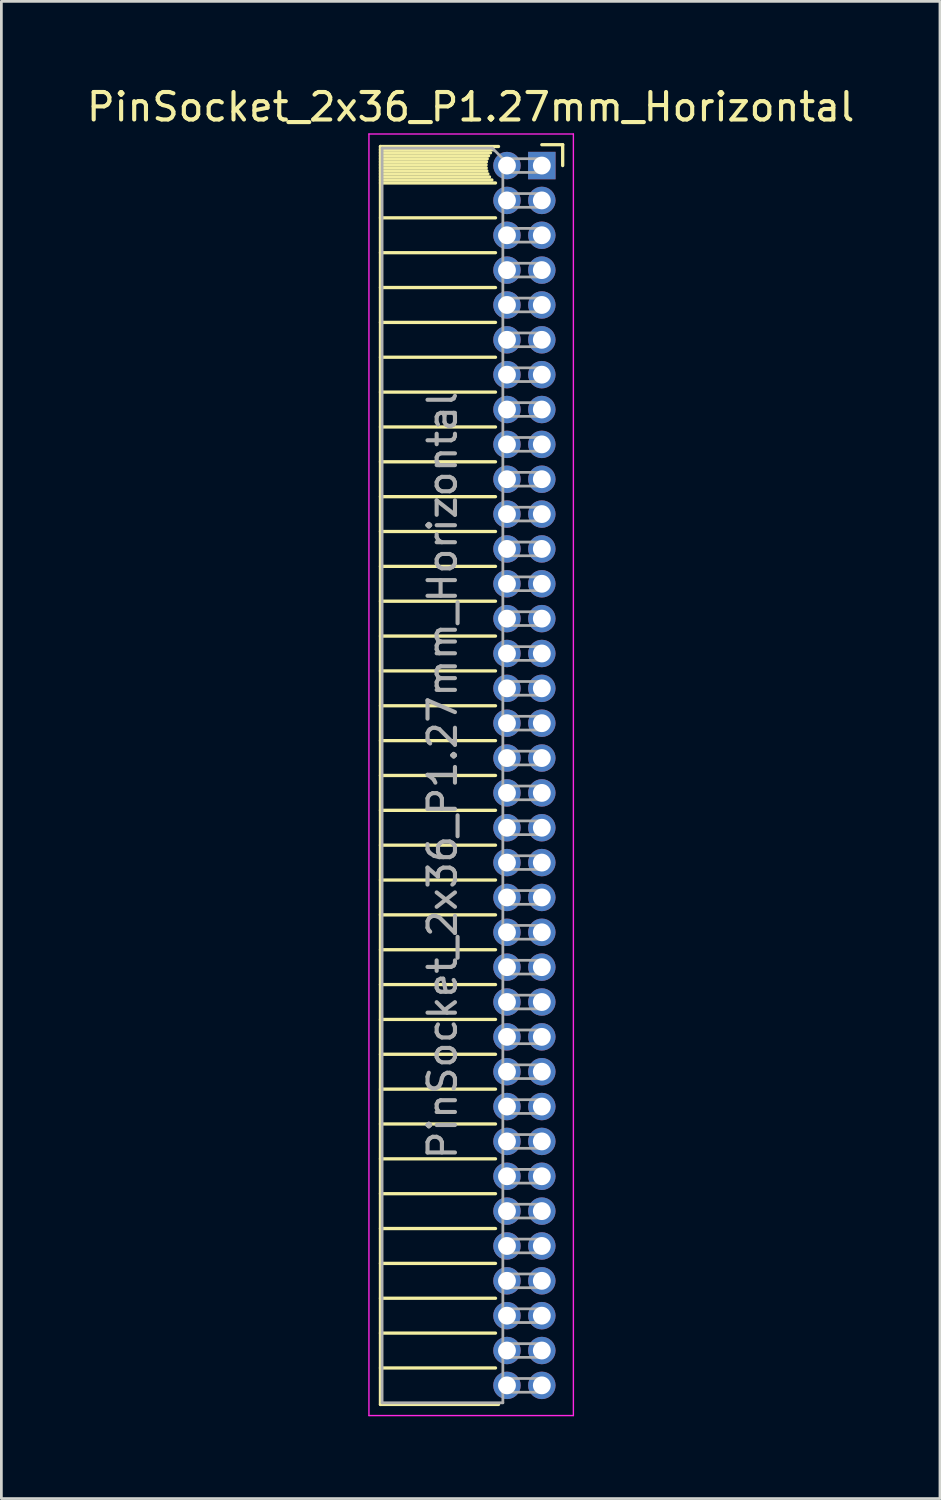
<source format=kicad_pcb>
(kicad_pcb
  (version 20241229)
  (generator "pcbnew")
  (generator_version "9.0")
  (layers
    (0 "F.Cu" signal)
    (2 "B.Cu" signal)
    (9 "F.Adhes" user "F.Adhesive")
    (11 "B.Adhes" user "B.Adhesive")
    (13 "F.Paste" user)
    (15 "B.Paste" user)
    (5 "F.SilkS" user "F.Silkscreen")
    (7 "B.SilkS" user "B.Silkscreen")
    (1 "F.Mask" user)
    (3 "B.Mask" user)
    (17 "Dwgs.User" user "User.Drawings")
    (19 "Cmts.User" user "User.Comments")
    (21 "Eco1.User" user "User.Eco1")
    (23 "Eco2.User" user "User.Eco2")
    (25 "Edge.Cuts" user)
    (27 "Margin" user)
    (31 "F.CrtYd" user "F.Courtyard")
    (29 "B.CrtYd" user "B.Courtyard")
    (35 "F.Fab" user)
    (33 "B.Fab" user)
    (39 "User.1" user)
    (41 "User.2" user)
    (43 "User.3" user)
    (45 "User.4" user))
  (footprint "PinSocket_2x36_P1.27mm_Horizontal"
    (layer "F.Cu")
    (at 16.694 2.983)
    (property "Reference" "PinSocket_2x36_P1.27mm_Horizontal" (at -2.592 -2.135 0) (layer "F.SilkS") (effects (font (size 1 1) (thickness 0.15))))
    (attr through_hole)
    (fp_line (start -5.88 -0.695) (end -5.88 45.145) (stroke (width 0.12) (type solid)) (layer "F.SilkS"))
    (fp_line (start -5.88 -0.695) (end -1.578 -0.695) (stroke (width 0.12) (type solid)) (layer "F.SilkS"))
    (fp_line (start -5.88 -0.575) (end -1.767 -0.575) (stroke (width 0.12) (type solid)) (layer "F.SilkS"))
    (fp_line (start -5.88 -0.465) (end -1.871 -0.465) (stroke (width 0.12) (type solid)) (layer "F.SilkS"))
    (fp_line (start -5.88 -0.355) (end -1.942 -0.355) (stroke (width 0.12) (type solid)) (layer "F.SilkS"))
    (fp_line (start -5.88 -0.245) (end -1.989 -0.245) (stroke (width 0.12) (type solid)) (layer "F.SilkS"))
    (fp_line (start -5.88 -0.135) (end -2.018 -0.135) (stroke (width 0.12) (type solid)) (layer "F.SilkS"))
    (fp_line (start -5.88 -0.025) (end -2.03 -0.025) (stroke (width 0.12) (type solid)) (layer "F.SilkS"))
    (fp_line (start -5.88 0.085) (end -2.025 0.085) (stroke (width 0.12) (type solid)) (layer "F.SilkS"))
    (fp_line (start -5.88 0.195) (end -2.005 0.195) (stroke (width 0.12) (type solid)) (layer "F.SilkS"))
    (fp_line (start -5.88 0.305) (end -1.966 0.305) (stroke (width 0.12) (type solid)) (layer "F.SilkS"))
    (fp_line (start -5.88 0.415) (end -1.907 0.415) (stroke (width 0.12) (type solid)) (layer "F.SilkS"))
    (fp_line (start -5.88 0.525) (end -1.82 0.525) (stroke (width 0.12) (type solid)) (layer "F.SilkS"))
    (fp_line (start -5.88 0.635) (end -1.688 0.635) (stroke (width 0.12) (type solid)) (layer "F.SilkS"))
    (fp_line (start -5.88 1.905) (end -1.688 1.905) (stroke (width 0.12) (type solid)) (layer "F.SilkS"))
    (fp_line (start -5.88 3.175) (end -1.688 3.175) (stroke (width 0.12) (type solid)) (layer "F.SilkS"))
    (fp_line (start -5.88 4.445) (end -1.688 4.445) (stroke (width 0.12) (type solid)) (layer "F.SilkS"))
    (fp_line (start -5.88 5.715) (end -1.688 5.715) (stroke (width 0.12) (type solid)) (layer "F.SilkS"))
    (fp_line (start -5.88 6.985) (end -1.688 6.985) (stroke (width 0.12) (type solid)) (layer "F.SilkS"))
    (fp_line (start -5.88 8.255) (end -1.688 8.255) (stroke (width 0.12) (type solid)) (layer "F.SilkS"))
    (fp_line (start -5.88 9.525) (end -1.688 9.525) (stroke (width 0.12) (type solid)) (layer "F.SilkS"))
    (fp_line (start -5.88 10.795) (end -1.688 10.795) (stroke (width 0.12) (type solid)) (layer "F.SilkS"))
    (fp_line (start -5.88 12.065) (end -1.688 12.065) (stroke (width 0.12) (type solid)) (layer "F.SilkS"))
    (fp_line (start -5.88 13.335) (end -1.688 13.335) (stroke (width 0.12) (type solid)) (layer "F.SilkS"))
    (fp_line (start -5.88 14.605) (end -1.688 14.605) (stroke (width 0.12) (type solid)) (layer "F.SilkS"))
    (fp_line (start -5.88 15.875) (end -1.688 15.875) (stroke (width 0.12) (type solid)) (layer "F.SilkS"))
    (fp_line (start -5.88 17.145) (end -1.688 17.145) (stroke (width 0.12) (type solid)) (layer "F.SilkS"))
    (fp_line (start -5.88 18.415) (end -1.688 18.415) (stroke (width 0.12) (type solid)) (layer "F.SilkS"))
    (fp_line (start -5.88 19.685) (end -1.688 19.685) (stroke (width 0.12) (type solid)) (layer "F.SilkS"))
    (fp_line (start -5.88 20.955) (end -1.688 20.955) (stroke (width 0.12) (type solid)) (layer "F.SilkS"))
    (fp_line (start -5.88 22.225) (end -1.688 22.225) (stroke (width 0.12) (type solid)) (layer "F.SilkS"))
    (fp_line (start -5.88 23.495) (end -1.688 23.495) (stroke (width 0.12) (type solid)) (layer "F.SilkS"))
    (fp_line (start -5.88 24.765) (end -1.688 24.765) (stroke (width 0.12) (type solid)) (layer "F.SilkS"))
    (fp_line (start -5.88 26.035) (end -1.688 26.035) (stroke (width 0.12) (type solid)) (layer "F.SilkS"))
    (fp_line (start -5.88 27.305) (end -1.688 27.305) (stroke (width 0.12) (type solid)) (layer "F.SilkS"))
    (fp_line (start -5.88 28.575) (end -1.688 28.575) (stroke (width 0.12) (type solid)) (layer "F.SilkS"))
    (fp_line (start -5.88 29.845) (end -1.688 29.845) (stroke (width 0.12) (type solid)) (layer "F.SilkS"))
    (fp_line (start -5.88 31.115) (end -1.688 31.115) (stroke (width 0.12) (type solid)) (layer "F.SilkS"))
    (fp_line (start -5.88 32.385) (end -1.688 32.385) (stroke (width 0.12) (type solid)) (layer "F.SilkS"))
    (fp_line (start -5.88 33.655) (end -1.688 33.655) (stroke (width 0.12) (type solid)) (layer "F.SilkS"))
    (fp_line (start -5.88 34.925) (end -1.688 34.925) (stroke (width 0.12) (type solid)) (layer "F.SilkS"))
    (fp_line (start -5.88 36.195) (end -1.688 36.195) (stroke (width 0.12) (type solid)) (layer "F.SilkS"))
    (fp_line (start -5.88 37.465) (end -1.688 37.465) (stroke (width 0.12) (type solid)) (layer "F.SilkS"))
    (fp_line (start -5.88 38.735) (end -1.688 38.735) (stroke (width 0.12) (type solid)) (layer "F.SilkS"))
    (fp_line (start -5.88 40.005) (end -1.688 40.005) (stroke (width 0.12) (type solid)) (layer "F.SilkS"))
    (fp_line (start -5.88 41.275) (end -1.688 41.275) (stroke (width 0.12) (type solid)) (layer "F.SilkS"))
    (fp_line (start -5.88 42.545) (end -1.688 42.545) (stroke (width 0.12) (type solid)) (layer "F.SilkS"))
    (fp_line (start -5.88 43.815) (end -1.688 43.815) (stroke (width 0.12) (type solid)) (layer "F.SilkS"))
    (fp_line (start -5.88 45.145) (end -1.578 45.145) (stroke (width 0.12) (type solid)) (layer "F.SilkS"))
    (fp_line (start 0 -0.76) (end 0.76 -0.76) (stroke (width 0.12) (type solid)) (layer "F.SilkS"))
    (fp_line (start 0.76 -0.76) (end 0.76 0) (stroke (width 0.12) (type solid)) (layer "F.SilkS"))
    (fp_line (start -6.3 -1.15) (end -6.3 45.55) (stroke (width 0.05) (type solid)) (layer "F.CrtYd"))
    (fp_line (start -6.3 45.55) (end 1.15 45.55) (stroke (width 0.05) (type solid)) (layer "F.CrtYd"))
    (fp_line (start 1.15 -1.15) (end -6.3 -1.15) (stroke (width 0.05) (type solid)) (layer "F.CrtYd"))
    (fp_line (start 1.15 45.55) (end 1.15 -1.15) (stroke (width 0.05) (type solid)) (layer "F.CrtYd"))
    (fp_line (start -5.82 -0.635) (end -1.805 -0.635) (stroke (width 0.1) (type solid)) (layer "F.Fab"))
    (fp_line (start -5.82 45.085) (end -5.82 -0.635) (stroke (width 0.1) (type solid)) (layer "F.Fab"))
    (fp_line (start -1.805 -0.635) (end -1.42 -0.25) (stroke (width 0.1) (type solid)) (layer "F.Fab"))
    (fp_line (start -1.42 -0.25) (end -1.42 45.085) (stroke (width 0.1) (type solid)) (layer "F.Fab"))
    (fp_line (start -1.42 0.25) (end 0 0.25) (stroke (width 0.1) (type solid)) (layer "F.Fab"))
    (fp_line (start -1.42 1.52) (end 0 1.52) (stroke (width 0.1) (type solid)) (layer "F.Fab"))
    (fp_line (start -1.42 2.79) (end 0 2.79) (stroke (width 0.1) (type solid)) (layer "F.Fab"))
    (fp_line (start -1.42 4.06) (end 0 4.06) (stroke (width 0.1) (type solid)) (layer "F.Fab"))
    (fp_line (start -1.42 5.33) (end 0 5.33) (stroke (width 0.1) (type solid)) (layer "F.Fab"))
    (fp_line (start -1.42 6.6) (end 0 6.6) (stroke (width 0.1) (type solid)) (layer "F.Fab"))
    (fp_line (start -1.42 7.87) (end 0 7.87) (stroke (width 0.1) (type solid)) (layer "F.Fab"))
    (fp_line (start -1.42 9.14) (end 0 9.14) (stroke (width 0.1) (type solid)) (layer "F.Fab"))
    (fp_line (start -1.42 10.41) (end 0 10.41) (stroke (width 0.1) (type solid)) (layer "F.Fab"))
    (fp_line (start -1.42 11.68) (end 0 11.68) (stroke (width 0.1) (type solid)) (layer "F.Fab"))
    (fp_line (start -1.42 12.95) (end 0 12.95) (stroke (width 0.1) (type solid)) (layer "F.Fab"))
    (fp_line (start -1.42 14.22) (end 0 14.22) (stroke (width 0.1) (type solid)) (layer "F.Fab"))
    (fp_line (start -1.42 15.49) (end 0 15.49) (stroke (width 0.1) (type solid)) (layer "F.Fab"))
    (fp_line (start -1.42 16.76) (end 0 16.76) (stroke (width 0.1) (type solid)) (layer "F.Fab"))
    (fp_line (start -1.42 18.03) (end 0 18.03) (stroke (width 0.1) (type solid)) (layer "F.Fab"))
    (fp_line (start -1.42 19.3) (end 0 19.3) (stroke (width 0.1) (type solid)) (layer "F.Fab"))
    (fp_line (start -1.42 20.57) (end 0 20.57) (stroke (width 0.1) (type solid)) (layer "F.Fab"))
    (fp_line (start -1.42 21.84) (end 0 21.84) (stroke (width 0.1) (type solid)) (layer "F.Fab"))
    (fp_line (start -1.42 23.11) (end 0 23.11) (stroke (width 0.1) (type solid)) (layer "F.Fab"))
    (fp_line (start -1.42 24.38) (end 0 24.38) (stroke (width 0.1) (type solid)) (layer "F.Fab"))
    (fp_line (start -1.42 25.65) (end 0 25.65) (stroke (width 0.1) (type solid)) (layer "F.Fab"))
    (fp_line (start -1.42 26.92) (end 0 26.92) (stroke (width 0.1) (type solid)) (layer "F.Fab"))
    (fp_line (start -1.42 28.19) (end 0 28.19) (stroke (width 0.1) (type solid)) (layer "F.Fab"))
    (fp_line (start -1.42 29.46) (end 0 29.46) (stroke (width 0.1) (type solid)) (layer "F.Fab"))
    (fp_line (start -1.42 30.73) (end 0 30.73) (stroke (width 0.1) (type solid)) (layer "F.Fab"))
    (fp_line (start -1.42 32) (end 0 32) (stroke (width 0.1) (type solid)) (layer "F.Fab"))
    (fp_line (start -1.42 33.27) (end 0 33.27) (stroke (width 0.1) (type solid)) (layer "F.Fab"))
    (fp_line (start -1.42 34.54) (end 0 34.54) (stroke (width 0.1) (type solid)) (layer "F.Fab"))
    (fp_line (start -1.42 35.81) (end 0 35.81) (stroke (width 0.1) (type solid)) (layer "F.Fab"))
    (fp_line (start -1.42 37.08) (end 0 37.08) (stroke (width 0.1) (type solid)) (layer "F.Fab"))
    (fp_line (start -1.42 38.35) (end 0 38.35) (stroke (width 0.1) (type solid)) (layer "F.Fab"))
    (fp_line (start -1.42 39.62) (end 0 39.62) (stroke (width 0.1) (type solid)) (layer "F.Fab"))
    (fp_line (start -1.42 40.89) (end 0 40.89) (stroke (width 0.1) (type solid)) (layer "F.Fab"))
    (fp_line (start -1.42 42.16) (end 0 42.16) (stroke (width 0.1) (type solid)) (layer "F.Fab"))
    (fp_line (start -1.42 43.43) (end 0 43.43) (stroke (width 0.1) (type solid)) (layer "F.Fab"))
    (fp_line (start -1.42 44.7) (end 0 44.7) (stroke (width 0.1) (type solid)) (layer "F.Fab"))
    (fp_line (start -1.42 45.085) (end -5.82 45.085) (stroke (width 0.1) (type solid)) (layer "F.Fab"))
    (fp_line (start 0 -0.25) (end -1.42 -0.25) (stroke (width 0.1) (type solid)) (layer "F.Fab"))
    (fp_line (start 0 0.25) (end 0 -0.25) (stroke (width 0.1) (type solid)) (layer "F.Fab"))
    (fp_line (start 0 1.02) (end -1.42 1.02) (stroke (width 0.1) (type solid)) (layer "F.Fab"))
    (fp_line (start 0 1.52) (end 0 1.02) (stroke (width 0.1) (type solid)) (layer "F.Fab"))
    (fp_line (start 0 2.29) (end -1.42 2.29) (stroke (width 0.1) (type solid)) (layer "F.Fab"))
    (fp_line (start 0 2.79) (end 0 2.29) (stroke (width 0.1) (type solid)) (layer "F.Fab"))
    (fp_line (start 0 3.56) (end -1.42 3.56) (stroke (width 0.1) (type solid)) (layer "F.Fab"))
    (fp_line (start 0 4.06) (end 0 3.56) (stroke (width 0.1) (type solid)) (layer "F.Fab"))
    (fp_line (start 0 4.83) (end -1.42 4.83) (stroke (width 0.1) (type solid)) (layer "F.Fab"))
    (fp_line (start 0 5.33) (end 0 4.83) (stroke (width 0.1) (type solid)) (layer "F.Fab"))
    (fp_line (start 0 6.1) (end -1.42 6.1) (stroke (width 0.1) (type solid)) (layer "F.Fab"))
    (fp_line (start 0 6.6) (end 0 6.1) (stroke (width 0.1) (type solid)) (layer "F.Fab"))
    (fp_line (start 0 7.37) (end -1.42 7.37) (stroke (width 0.1) (type solid)) (layer "F.Fab"))
    (fp_line (start 0 7.87) (end 0 7.37) (stroke (width 0.1) (type solid)) (layer "F.Fab"))
    (fp_line (start 0 8.64) (end -1.42 8.64) (stroke (width 0.1) (type solid)) (layer "F.Fab"))
    (fp_line (start 0 9.14) (end 0 8.64) (stroke (width 0.1) (type solid)) (layer "F.Fab"))
    (fp_line (start 0 9.91) (end -1.42 9.91) (stroke (width 0.1) (type solid)) (layer "F.Fab"))
    (fp_line (start 0 10.41) (end 0 9.91) (stroke (width 0.1) (type solid)) (layer "F.Fab"))
    (fp_line (start 0 11.18) (end -1.42 11.18) (stroke (width 0.1) (type solid)) (layer "F.Fab"))
    (fp_line (start 0 11.68) (end 0 11.18) (stroke (width 0.1) (type solid)) (layer "F.Fab"))
    (fp_line (start 0 12.45) (end -1.42 12.45) (stroke (width 0.1) (type solid)) (layer "F.Fab"))
    (fp_line (start 0 12.95) (end 0 12.45) (stroke (width 0.1) (type solid)) (layer "F.Fab"))
    (fp_line (start 0 13.72) (end -1.42 13.72) (stroke (width 0.1) (type solid)) (layer "F.Fab"))
    (fp_line (start 0 14.22) (end 0 13.72) (stroke (width 0.1) (type solid)) (layer "F.Fab"))
    (fp_line (start 0 14.99) (end -1.42 14.99) (stroke (width 0.1) (type solid)) (layer "F.Fab"))
    (fp_line (start 0 15.49) (end 0 14.99) (stroke (width 0.1) (type solid)) (layer "F.Fab"))
    (fp_line (start 0 16.26) (end -1.42 16.26) (stroke (width 0.1) (type solid)) (layer "F.Fab"))
    (fp_line (start 0 16.76) (end 0 16.26) (stroke (width 0.1) (type solid)) (layer "F.Fab"))
    (fp_line (start 0 17.53) (end -1.42 17.53) (stroke (width 0.1) (type solid)) (layer "F.Fab"))
    (fp_line (start 0 18.03) (end 0 17.53) (stroke (width 0.1) (type solid)) (layer "F.Fab"))
    (fp_line (start 0 18.8) (end -1.42 18.8) (stroke (width 0.1) (type solid)) (layer "F.Fab"))
    (fp_line (start 0 19.3) (end 0 18.8) (stroke (width 0.1) (type solid)) (layer "F.Fab"))
    (fp_line (start 0 20.07) (end -1.42 20.07) (stroke (width 0.1) (type solid)) (layer "F.Fab"))
    (fp_line (start 0 20.57) (end 0 20.07) (stroke (width 0.1) (type solid)) (layer "F.Fab"))
    (fp_line (start 0 21.34) (end -1.42 21.34) (stroke (width 0.1) (type solid)) (layer "F.Fab"))
    (fp_line (start 0 21.84) (end 0 21.34) (stroke (width 0.1) (type solid)) (layer "F.Fab"))
    (fp_line (start 0 22.61) (end -1.42 22.61) (stroke (width 0.1) (type solid)) (layer "F.Fab"))
    (fp_line (start 0 23.11) (end 0 22.61) (stroke (width 0.1) (type solid)) (layer "F.Fab"))
    (fp_line (start 0 23.88) (end -1.42 23.88) (stroke (width 0.1) (type solid)) (layer "F.Fab"))
    (fp_line (start 0 24.38) (end 0 23.88) (stroke (width 0.1) (type solid)) (layer "F.Fab"))
    (fp_line (start 0 25.15) (end -1.42 25.15) (stroke (width 0.1) (type solid)) (layer "F.Fab"))
    (fp_line (start 0 25.65) (end 0 25.15) (stroke (width 0.1) (type solid)) (layer "F.Fab"))
    (fp_line (start 0 26.42) (end -1.42 26.42) (stroke (width 0.1) (type solid)) (layer "F.Fab"))
    (fp_line (start 0 26.92) (end 0 26.42) (stroke (width 0.1) (type solid)) (layer "F.Fab"))
    (fp_line (start 0 27.69) (end -1.42 27.69) (stroke (width 0.1) (type solid)) (layer "F.Fab"))
    (fp_line (start 0 28.19) (end 0 27.69) (stroke (width 0.1) (type solid)) (layer "F.Fab"))
    (fp_line (start 0 28.96) (end -1.42 28.96) (stroke (width 0.1) (type solid)) (layer "F.Fab"))
    (fp_line (start 0 29.46) (end 0 28.96) (stroke (width 0.1) (type solid)) (layer "F.Fab"))
    (fp_line (start 0 30.23) (end -1.42 30.23) (stroke (width 0.1) (type solid)) (layer "F.Fab"))
    (fp_line (start 0 30.73) (end 0 30.23) (stroke (width 0.1) (type solid)) (layer "F.Fab"))
    (fp_line (start 0 31.5) (end -1.42 31.5) (stroke (width 0.1) (type solid)) (layer "F.Fab"))
    (fp_line (start 0 32) (end 0 31.5) (stroke (width 0.1) (type solid)) (layer "F.Fab"))
    (fp_line (start 0 32.77) (end -1.42 32.77) (stroke (width 0.1) (type solid)) (layer "F.Fab"))
    (fp_line (start 0 33.27) (end 0 32.77) (stroke (width 0.1) (type solid)) (layer "F.Fab"))
    (fp_line (start 0 34.04) (end -1.42 34.04) (stroke (width 0.1) (type solid)) (layer "F.Fab"))
    (fp_line (start 0 34.54) (end 0 34.04) (stroke (width 0.1) (type solid)) (layer "F.Fab"))
    (fp_line (start 0 35.31) (end -1.42 35.31) (stroke (width 0.1) (type solid)) (layer "F.Fab"))
    (fp_line (start 0 35.81) (end 0 35.31) (stroke (width 0.1) (type solid)) (layer "F.Fab"))
    (fp_line (start 0 36.58) (end -1.42 36.58) (stroke (width 0.1) (type solid)) (layer "F.Fab"))
    (fp_line (start 0 37.08) (end 0 36.58) (stroke (width 0.1) (type solid)) (layer "F.Fab"))
    (fp_line (start 0 37.85) (end -1.42 37.85) (stroke (width 0.1) (type solid)) (layer "F.Fab"))
    (fp_line (start 0 38.35) (end 0 37.85) (stroke (width 0.1) (type solid)) (layer "F.Fab"))
    (fp_line (start 0 39.12) (end -1.42 39.12) (stroke (width 0.1) (type solid)) (layer "F.Fab"))
    (fp_line (start 0 39.62) (end 0 39.12) (stroke (width 0.1) (type solid)) (layer "F.Fab"))
    (fp_line (start 0 40.39) (end -1.42 40.39) (stroke (width 0.1) (type solid)) (layer "F.Fab"))
    (fp_line (start 0 40.89) (end 0 40.39) (stroke (width 0.1) (type solid)) (layer "F.Fab"))
    (fp_line (start 0 41.66) (end -1.42 41.66) (stroke (width 0.1) (type solid)) (layer "F.Fab"))
    (fp_line (start 0 42.16) (end 0 41.66) (stroke (width 0.1) (type solid)) (layer "F.Fab"))
    (fp_line (start 0 42.93) (end -1.42 42.93) (stroke (width 0.1) (type solid)) (layer "F.Fab"))
    (fp_line (start 0 43.43) (end 0 42.93) (stroke (width 0.1) (type solid)) (layer "F.Fab"))
    (fp_line (start 0 44.2) (end -1.42 44.2) (stroke (width 0.1) (type solid)) (layer "F.Fab"))
    (fp_line (start 0 44.7) (end 0 44.2) (stroke (width 0.1) (type solid)) (layer "F.Fab"))
    (fp_text user "${REFERENCE}" (at -3.62 22.225 90) (layer "F.Fab") (effects (font (size 1 1) (thickness 0.15))))
    (pad "1" thru_hole rect (at 0 0) (size 1 1) (drill 0.65) (layers "*.Cu" "*.Mask"))
    (pad "2" thru_hole circle (at -1.27 0) (size 1 1) (drill 0.65) (layers "*.Cu" "*.Mask"))
    (pad "3" thru_hole circle (at 0 1.27) (size 1 1) (drill 0.65) (layers "*.Cu" "*.Mask"))
    (pad "4" thru_hole circle (at -1.27 1.27) (size 1 1) (drill 0.65) (layers "*.Cu" "*.Mask"))
    (pad "5" thru_hole circle (at 0 2.54) (size 1 1) (drill 0.65) (layers "*.Cu" "*.Mask"))
    (pad "6" thru_hole circle (at -1.27 2.54) (size 1 1) (drill 0.65) (layers "*.Cu" "*.Mask"))
    (pad "7" thru_hole circle (at 0 3.81) (size 1 1) (drill 0.65) (layers "*.Cu" "*.Mask"))
    (pad "8" thru_hole circle (at -1.27 3.81) (size 1 1) (drill 0.65) (layers "*.Cu" "*.Mask"))
    (pad "9" thru_hole circle (at 0 5.08) (size 1 1) (drill 0.65) (layers "*.Cu" "*.Mask"))
    (pad "10" thru_hole circle (at -1.27 5.08) (size 1 1) (drill 0.65) (layers "*.Cu" "*.Mask"))
    (pad "11" thru_hole circle (at 0 6.35) (size 1 1) (drill 0.65) (layers "*.Cu" "*.Mask"))
    (pad "12" thru_hole circle (at -1.27 6.35) (size 1 1) (drill 0.65) (layers "*.Cu" "*.Mask"))
    (pad "13" thru_hole circle (at 0 7.62) (size 1 1) (drill 0.65) (layers "*.Cu" "*.Mask"))
    (pad "14" thru_hole circle (at -1.27 7.62) (size 1 1) (drill 0.65) (layers "*.Cu" "*.Mask"))
    (pad "15" thru_hole circle (at 0 8.89) (size 1 1) (drill 0.65) (layers "*.Cu" "*.Mask"))
    (pad "16" thru_hole circle (at -1.27 8.89) (size 1 1) (drill 0.65) (layers "*.Cu" "*.Mask"))
    (pad "17" thru_hole circle (at 0 10.16) (size 1 1) (drill 0.65) (layers "*.Cu" "*.Mask"))
    (pad "18" thru_hole circle (at -1.27 10.16) (size 1 1) (drill 0.65) (layers "*.Cu" "*.Mask"))
    (pad "19" thru_hole circle (at 0 11.43) (size 1 1) (drill 0.65) (layers "*.Cu" "*.Mask"))
    (pad "20" thru_hole circle (at -1.27 11.43) (size 1 1) (drill 0.65) (layers "*.Cu" "*.Mask"))
    (pad "21" thru_hole circle (at 0 12.7) (size 1 1) (drill 0.65) (layers "*.Cu" "*.Mask"))
    (pad "22" thru_hole circle (at -1.27 12.7) (size 1 1) (drill 0.65) (layers "*.Cu" "*.Mask"))
    (pad "23" thru_hole circle (at 0 13.97) (size 1 1) (drill 0.65) (layers "*.Cu" "*.Mask"))
    (pad "24" thru_hole circle (at -1.27 13.97) (size 1 1) (drill 0.65) (layers "*.Cu" "*.Mask"))
    (pad "25" thru_hole circle (at 0 15.24) (size 1 1) (drill 0.65) (layers "*.Cu" "*.Mask"))
    (pad "26" thru_hole circle (at -1.27 15.24) (size 1 1) (drill 0.65) (layers "*.Cu" "*.Mask"))
    (pad "27" thru_hole circle (at 0 16.51) (size 1 1) (drill 0.65) (layers "*.Cu" "*.Mask"))
    (pad "28" thru_hole circle (at -1.27 16.51) (size 1 1) (drill 0.65) (layers "*.Cu" "*.Mask"))
    (pad "29" thru_hole circle (at 0 17.78) (size 1 1) (drill 0.65) (layers "*.Cu" "*.Mask"))
    (pad "30" thru_hole circle (at -1.27 17.78) (size 1 1) (drill 0.65) (layers "*.Cu" "*.Mask"))
    (pad "31" thru_hole circle (at 0 19.05) (size 1 1) (drill 0.65) (layers "*.Cu" "*.Mask"))
    (pad "32" thru_hole circle (at -1.27 19.05) (size 1 1) (drill 0.65) (layers "*.Cu" "*.Mask"))
    (pad "33" thru_hole circle (at 0 20.32) (size 1 1) (drill 0.65) (layers "*.Cu" "*.Mask"))
    (pad "34" thru_hole circle (at -1.27 20.32) (size 1 1) (drill 0.65) (layers "*.Cu" "*.Mask"))
    (pad "35" thru_hole circle (at 0 21.59) (size 1 1) (drill 0.65) (layers "*.Cu" "*.Mask"))
    (pad "36" thru_hole circle (at -1.27 21.59) (size 1 1) (drill 0.65) (layers "*.Cu" "*.Mask"))
    (pad "37" thru_hole circle (at 0 22.86) (size 1 1) (drill 0.65) (layers "*.Cu" "*.Mask"))
    (pad "38" thru_hole circle (at -1.27 22.86) (size 1 1) (drill 0.65) (layers "*.Cu" "*.Mask"))
    (pad "39" thru_hole circle (at 0 24.13) (size 1 1) (drill 0.65) (layers "*.Cu" "*.Mask"))
    (pad "40" thru_hole circle (at -1.27 24.13) (size 1 1) (drill 0.65) (layers "*.Cu" "*.Mask"))
    (pad "41" thru_hole circle (at 0 25.4) (size 1 1) (drill 0.65) (layers "*.Cu" "*.Mask"))
    (pad "42" thru_hole circle (at -1.27 25.4) (size 1 1) (drill 0.65) (layers "*.Cu" "*.Mask"))
    (pad "43" thru_hole circle (at 0 26.67) (size 1 1) (drill 0.65) (layers "*.Cu" "*.Mask"))
    (pad "44" thru_hole circle (at -1.27 26.67) (size 1 1) (drill 0.65) (layers "*.Cu" "*.Mask"))
    (pad "45" thru_hole circle (at 0 27.94) (size 1 1) (drill 0.65) (layers "*.Cu" "*.Mask"))
    (pad "46" thru_hole circle (at -1.27 27.94) (size 1 1) (drill 0.65) (layers "*.Cu" "*.Mask"))
    (pad "47" thru_hole circle (at 0 29.21) (size 1 1) (drill 0.65) (layers "*.Cu" "*.Mask"))
    (pad "48" thru_hole circle (at -1.27 29.21) (size 1 1) (drill 0.65) (layers "*.Cu" "*.Mask"))
    (pad "49" thru_hole circle (at 0 30.48) (size 1 1) (drill 0.65) (layers "*.Cu" "*.Mask"))
    (pad "50" thru_hole circle (at -1.27 30.48) (size 1 1) (drill 0.65) (layers "*.Cu" "*.Mask"))
    (pad "51" thru_hole circle (at 0 31.75) (size 1 1) (drill 0.65) (layers "*.Cu" "*.Mask"))
    (pad "52" thru_hole circle (at -1.27 31.75) (size 1 1) (drill 0.65) (layers "*.Cu" "*.Mask"))
    (pad "53" thru_hole circle (at 0 33.02) (size 1 1) (drill 0.65) (layers "*.Cu" "*.Mask"))
    (pad "54" thru_hole circle (at -1.27 33.02) (size 1 1) (drill 0.65) (layers "*.Cu" "*.Mask"))
    (pad "55" thru_hole circle (at 0 34.29) (size 1 1) (drill 0.65) (layers "*.Cu" "*.Mask"))
    (pad "56" thru_hole circle (at -1.27 34.29) (size 1 1) (drill 0.65) (layers "*.Cu" "*.Mask"))
    (pad "57" thru_hole circle (at 0 35.56) (size 1 1) (drill 0.65) (layers "*.Cu" "*.Mask"))
    (pad "58" thru_hole circle (at -1.27 35.56) (size 1 1) (drill 0.65) (layers "*.Cu" "*.Mask"))
    (pad "59" thru_hole circle (at 0 36.83) (size 1 1) (drill 0.65) (layers "*.Cu" "*.Mask"))
    (pad "60" thru_hole circle (at -1.27 36.83) (size 1 1) (drill 0.65) (layers "*.Cu" "*.Mask"))
    (pad "61" thru_hole circle (at 0 38.1) (size 1 1) (drill 0.65) (layers "*.Cu" "*.Mask"))
    (pad "62" thru_hole circle (at -1.27 38.1) (size 1 1) (drill 0.65) (layers "*.Cu" "*.Mask"))
    (pad "63" thru_hole circle (at 0 39.37) (size 1 1) (drill 0.65) (layers "*.Cu" "*.Mask"))
    (pad "64" thru_hole circle (at -1.27 39.37) (size 1 1) (drill 0.65) (layers "*.Cu" "*.Mask"))
    (pad "65" thru_hole circle (at 0 40.64) (size 1 1) (drill 0.65) (layers "*.Cu" "*.Mask"))
    (pad "66" thru_hole circle (at -1.27 40.64) (size 1 1) (drill 0.65) (layers "*.Cu" "*.Mask"))
    (pad "67" thru_hole circle (at 0 41.91) (size 1 1) (drill 0.65) (layers "*.Cu" "*.Mask"))
    (pad "68" thru_hole circle (at -1.27 41.91) (size 1 1) (drill 0.65) (layers "*.Cu" "*.Mask"))
    (pad "69" thru_hole circle (at 0 43.18) (size 1 1) (drill 0.65) (layers "*.Cu" "*.Mask"))
    (pad "70" thru_hole circle (at -1.27 43.18) (size 1 1) (drill 0.65) (layers "*.Cu" "*.Mask"))
    (pad "71" thru_hole circle (at 0 44.45) (size 1 1) (drill 0.65) (layers "*.Cu" "*.Mask"))
    (pad "72" thru_hole circle (at -1.27 44.45) (size 1 1) (drill 0.65) (layers "*.Cu" "*.Mask")))
  (gr_rect
    (start -3 -3)
    (end 31.202 51.558)
    (stroke (width 0.1) (type default))
    (fill no)
    (layer "Edge.Cuts")))
</source>
